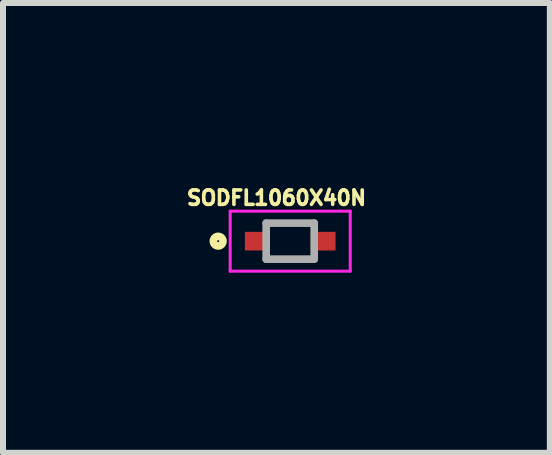
<source format=kicad_pcb>
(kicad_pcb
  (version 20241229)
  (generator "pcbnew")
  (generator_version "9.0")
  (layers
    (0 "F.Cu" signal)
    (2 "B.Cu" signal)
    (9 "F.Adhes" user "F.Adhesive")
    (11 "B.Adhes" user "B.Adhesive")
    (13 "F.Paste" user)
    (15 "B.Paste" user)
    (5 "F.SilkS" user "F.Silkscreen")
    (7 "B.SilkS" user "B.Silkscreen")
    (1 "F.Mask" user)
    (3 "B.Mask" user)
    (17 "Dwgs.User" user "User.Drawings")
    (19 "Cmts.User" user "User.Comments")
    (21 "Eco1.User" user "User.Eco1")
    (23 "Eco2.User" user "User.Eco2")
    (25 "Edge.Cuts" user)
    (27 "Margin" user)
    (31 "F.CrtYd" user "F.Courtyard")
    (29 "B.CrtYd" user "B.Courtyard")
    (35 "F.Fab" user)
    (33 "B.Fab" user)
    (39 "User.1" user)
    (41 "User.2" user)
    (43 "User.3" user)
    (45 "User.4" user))
  (footprint "SODFL1060X40N"
    (layer "F.Cu")
    (at 1.784 0.967)
    (property "Reference" "SODFL1060X40N" (at -0.229 -0.721 0) (layer "F.SilkS") (effects (font (size 0.24 0.24) (thickness 0.15))))
    (attr smd)
    (fp_circle (center -1.2 0) (end -1.12 0) (stroke (width 0.127) (type solid)) (fill no) (layer "F.SilkS"))
    (fp_line (start -1 -0.5) (end 1 -0.5) (stroke (width 0.05) (type solid)) (layer "F.CrtYd"))
    (fp_line (start -1 0.5) (end -1 -0.5) (stroke (width 0.05) (type solid)) (layer "F.CrtYd"))
    (fp_line (start 1 -0.5) (end 1 0.5) (stroke (width 0.05) (type solid)) (layer "F.CrtYd"))
    (fp_line (start 1 0.5) (end -1 0.5) (stroke (width 0.05) (type solid)) (layer "F.CrtYd"))
    (fp_line (start -0.4 -0.3) (end 0.4 -0.3) (stroke (width 0.127) (type solid)) (layer "F.Fab"))
    (fp_line (start -0.4 0.3) (end -0.4 -0.3) (stroke (width 0.127) (type solid)) (layer "F.Fab"))
    (fp_line (start 0.4 -0.3) (end 0.4 0.3) (stroke (width 0.127) (type solid)) (layer "F.Fab"))
    (fp_line (start 0.4 0.3) (end -0.4 0.3) (stroke (width 0.127) (type solid)) (layer "F.Fab"))
    (pad "1" smd rect (at -0.55 0) (size 0.41 0.31) (layers "F.Cu" "F.Mask" "F.Paste"))
    (pad "2" smd rect (at 0.55 0) (size 0.41 0.31) (layers "F.Cu" "F.Mask" "F.Paste")))
  (gr_rect
    (start -3 -3)
    (end 6.109 4.492)
    (stroke (width 0.1) (type default))
    (fill no)
    (layer "Edge.Cuts")))
</source>
